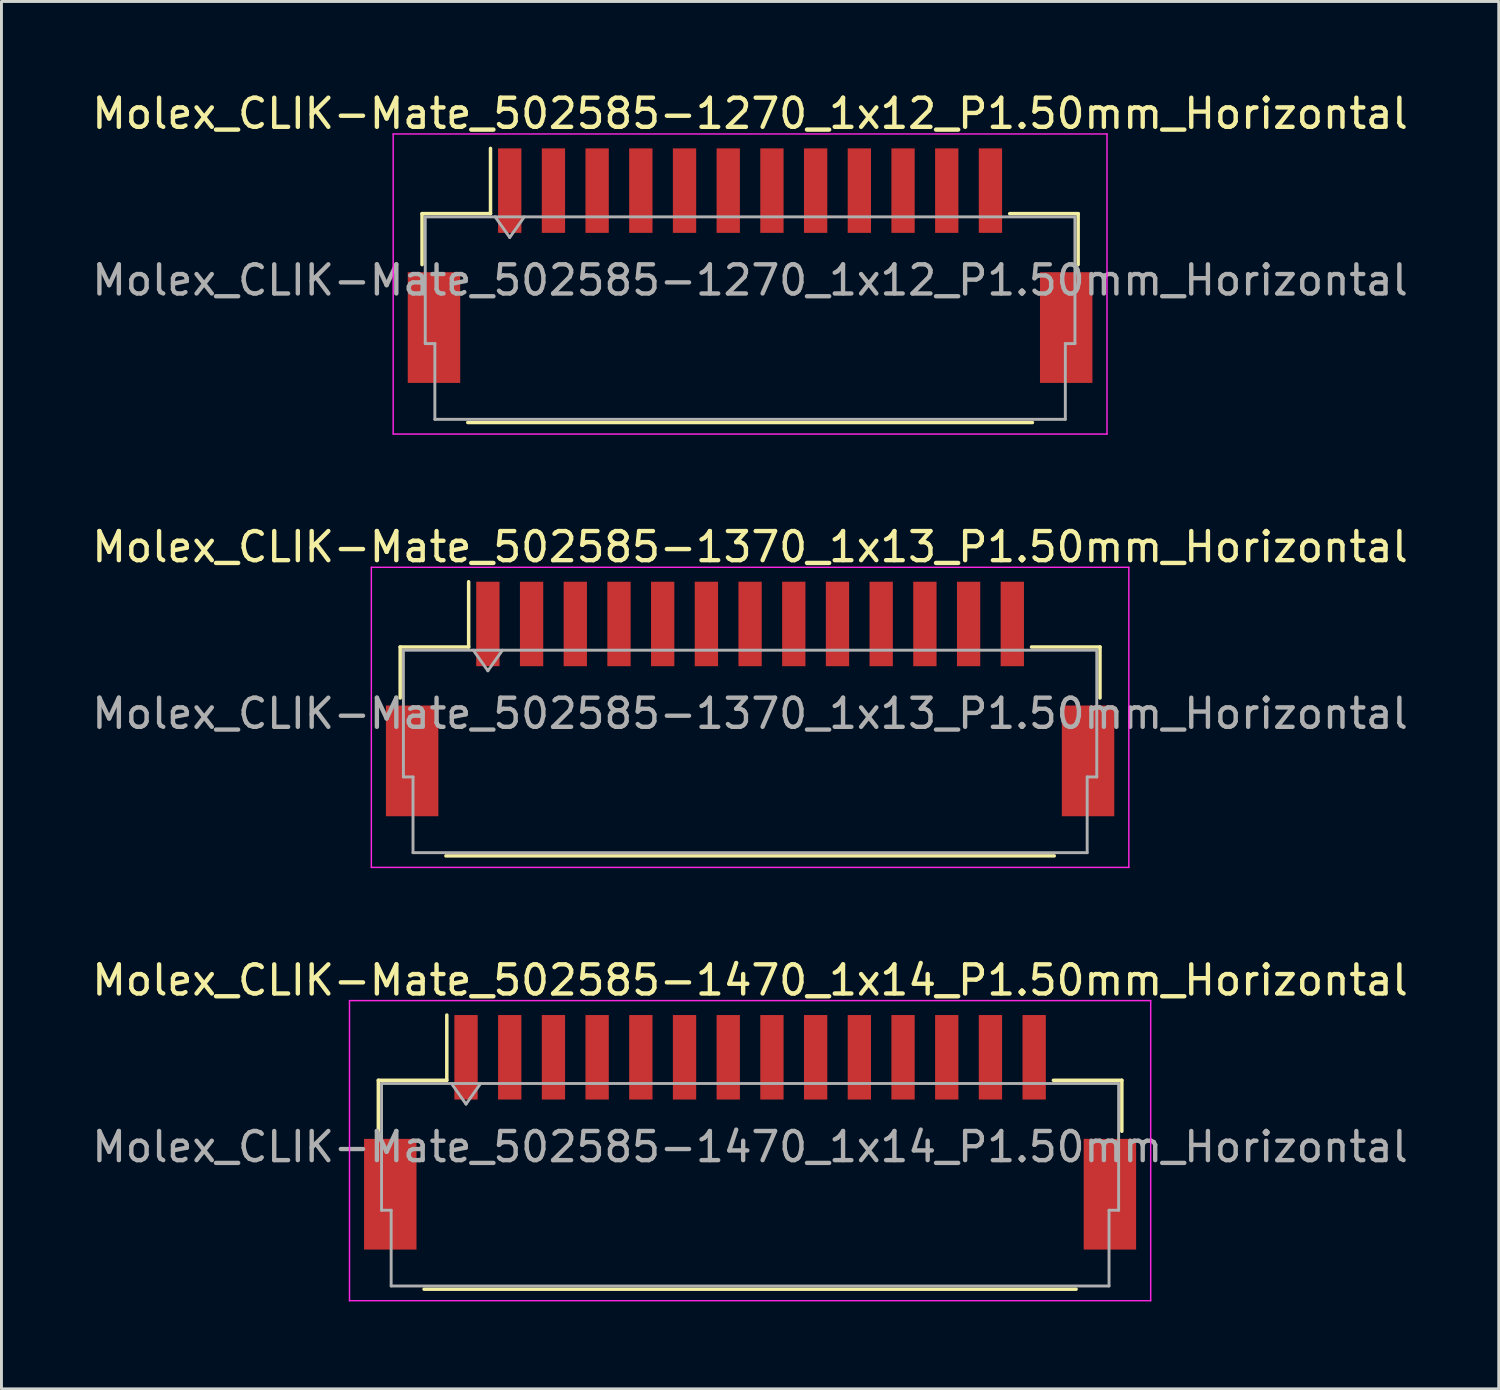
<source format=kicad_pcb>
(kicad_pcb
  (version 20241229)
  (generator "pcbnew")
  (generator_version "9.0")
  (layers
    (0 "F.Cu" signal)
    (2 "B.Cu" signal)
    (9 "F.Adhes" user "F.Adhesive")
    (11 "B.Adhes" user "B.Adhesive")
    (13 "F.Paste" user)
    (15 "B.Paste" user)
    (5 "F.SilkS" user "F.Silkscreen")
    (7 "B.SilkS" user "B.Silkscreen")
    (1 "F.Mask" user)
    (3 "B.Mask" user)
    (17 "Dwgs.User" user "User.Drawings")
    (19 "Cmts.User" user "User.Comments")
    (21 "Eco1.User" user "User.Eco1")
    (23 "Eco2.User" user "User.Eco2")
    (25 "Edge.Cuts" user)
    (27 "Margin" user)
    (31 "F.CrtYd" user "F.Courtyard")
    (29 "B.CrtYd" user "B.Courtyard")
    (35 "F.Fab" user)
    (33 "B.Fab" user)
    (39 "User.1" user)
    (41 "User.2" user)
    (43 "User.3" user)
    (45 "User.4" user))
  (footprint "Molex_CLIK-Mate_502585-1470_1x14_P1.50mm_Horizontal"
    (layer "F.Cu")
    (at 22.696 35.815)
    (property "Reference" "Molex_CLIK-Mate_502585-1470_1x14_P1.50mm_Horizontal" (at 0 -5.22 0) (layer "F.SilkS") (effects (font (size 1 1) (thickness 0.15))))
    (attr smd)
    (fp_line (start -12.76 -1.785) (end -10.41 -1.785) (stroke (width 0.12) (type solid)) (layer "F.SilkS"))
    (fp_line (start -12.76 -0.035) (end -12.76 -1.785) (stroke (width 0.12) (type solid)) (layer "F.SilkS"))
    (fp_line (start -11.19 5.385) (end 11.19 5.385) (stroke (width 0.12) (type solid)) (layer "F.SilkS"))
    (fp_line (start -10.41 -1.785) (end -10.41 -4.025) (stroke (width 0.12) (type solid)) (layer "F.SilkS"))
    (fp_line (start 12.76 -1.785) (end 10.41 -1.785) (stroke (width 0.12) (type solid)) (layer "F.SilkS"))
    (fp_line (start 12.76 -0.035) (end 12.76 -1.785) (stroke (width 0.12) (type solid)) (layer "F.SilkS"))
    (fp_line (start -13.75 -4.52) (end -13.75 5.78) (stroke (width 0.05) (type solid)) (layer "F.CrtYd"))
    (fp_line (start -13.75 5.78) (end 13.75 5.78) (stroke (width 0.05) (type solid)) (layer "F.CrtYd"))
    (fp_line (start 13.75 -4.52) (end -13.75 -4.52) (stroke (width 0.05) (type solid)) (layer "F.CrtYd"))
    (fp_line (start 13.75 5.78) (end 13.75 -4.52) (stroke (width 0.05) (type solid)) (layer "F.CrtYd"))
    (fp_line (start -12.65 -1.675) (end -12.65 2.675) (stroke (width 0.1) (type solid)) (layer "F.Fab"))
    (fp_line (start -12.65 -1.675) (end 12.65 -1.675) (stroke (width 0.1) (type solid)) (layer "F.Fab"))
    (fp_line (start -12.65 2.675) (end -12.32 2.675) (stroke (width 0.1) (type solid)) (layer "F.Fab"))
    (fp_line (start -12.32 2.675) (end -12.32 5.275) (stroke (width 0.1) (type solid)) (layer "F.Fab"))
    (fp_line (start -12.32 5.275) (end 12.32 5.275) (stroke (width 0.1) (type solid)) (layer "F.Fab"))
    (fp_line (start -10.25 -1.675) (end -9.75 -0.968) (stroke (width 0.1) (type solid)) (layer "F.Fab"))
    (fp_line (start -9.75 -0.968) (end -9.25 -1.675) (stroke (width 0.1) (type solid)) (layer "F.Fab"))
    (fp_line (start 12.32 2.675) (end 12.65 2.675) (stroke (width 0.1) (type solid)) (layer "F.Fab"))
    (fp_line (start 12.32 5.275) (end 12.32 2.675) (stroke (width 0.1) (type solid)) (layer "F.Fab"))
    (fp_line (start 12.65 -1.675) (end 12.65 2.675) (stroke (width 0.1) (type solid)) (layer "F.Fab"))
    (fp_text user "${REFERENCE}" (at 0 0.5 0) (layer "F.Fab") (effects (font (size 1 1) (thickness 0.15))))
    (pad "" smd rect (at -12.35 2.125) (size 1.8 3.8) (layers "F.Cu" "F.Mask" "F.Paste"))
    (pad "" smd rect (at 12.35 2.125) (size 1.8 3.8) (layers "F.Cu" "F.Mask" "F.Paste"))
    (pad "1" smd rect (at -9.75 -2.575) (size 0.8 2.9) (layers "F.Cu" "F.Mask" "F.Paste"))
    (pad "2" smd rect (at -8.25 -2.575) (size 0.8 2.9) (layers "F.Cu" "F.Mask" "F.Paste"))
    (pad "3" smd rect (at -6.75 -2.575) (size 0.8 2.9) (layers "F.Cu" "F.Mask" "F.Paste"))
    (pad "4" smd rect (at -5.25 -2.575) (size 0.8 2.9) (layers "F.Cu" "F.Mask" "F.Paste"))
    (pad "5" smd rect (at -3.75 -2.575) (size 0.8 2.9) (layers "F.Cu" "F.Mask" "F.Paste"))
    (pad "6" smd rect (at -2.25 -2.575) (size 0.8 2.9) (layers "F.Cu" "F.Mask" "F.Paste"))
    (pad "7" smd rect (at -0.75 -2.575) (size 0.8 2.9) (layers "F.Cu" "F.Mask" "F.Paste"))
    (pad "8" smd rect (at 0.75 -2.575) (size 0.8 2.9) (layers "F.Cu" "F.Mask" "F.Paste"))
    (pad "9" smd rect (at 2.25 -2.575) (size 0.8 2.9) (layers "F.Cu" "F.Mask" "F.Paste"))
    (pad "10" smd rect (at 3.75 -2.575) (size 0.8 2.9) (layers "F.Cu" "F.Mask" "F.Paste"))
    (pad "11" smd rect (at 5.25 -2.575) (size 0.8 2.9) (layers "F.Cu" "F.Mask" "F.Paste"))
    (pad "12" smd rect (at 6.75 -2.575) (size 0.8 2.9) (layers "F.Cu" "F.Mask" "F.Paste"))
    (pad "13" smd rect (at 8.25 -2.575) (size 0.8 2.9) (layers "F.Cu" "F.Mask" "F.Paste"))
    (pad "14" smd rect (at 9.75 -2.575) (size 0.8 2.9) (layers "F.Cu" "F.Mask" "F.Paste")))
  (footprint "Molex_CLIK-Mate_502585-1370_1x13_P1.50mm_Horizontal"
    (layer "F.Cu")
    (at 22.696 20.942)
    (property "Reference" "Molex_CLIK-Mate_502585-1370_1x13_P1.50mm_Horizontal" (at 0 -5.22 0) (layer "F.SilkS") (effects (font (size 1 1) (thickness 0.15))))
    (attr smd)
    (fp_line (start -12.01 -1.785) (end -9.66 -1.785) (stroke (width 0.12) (type solid)) (layer "F.SilkS"))
    (fp_line (start -12.01 -0.035) (end -12.01 -1.785) (stroke (width 0.12) (type solid)) (layer "F.SilkS"))
    (fp_line (start -10.44 5.385) (end 10.44 5.385) (stroke (width 0.12) (type solid)) (layer "F.SilkS"))
    (fp_line (start -9.66 -1.785) (end -9.66 -4.025) (stroke (width 0.12) (type solid)) (layer "F.SilkS"))
    (fp_line (start 12.01 -1.785) (end 9.66 -1.785) (stroke (width 0.12) (type solid)) (layer "F.SilkS"))
    (fp_line (start 12.01 -0.035) (end 12.01 -1.785) (stroke (width 0.12) (type solid)) (layer "F.SilkS"))
    (fp_line (start -13 -4.52) (end -13 5.78) (stroke (width 0.05) (type solid)) (layer "F.CrtYd"))
    (fp_line (start -13 5.78) (end 13 5.78) (stroke (width 0.05) (type solid)) (layer "F.CrtYd"))
    (fp_line (start 13 -4.52) (end -13 -4.52) (stroke (width 0.05) (type solid)) (layer "F.CrtYd"))
    (fp_line (start 13 5.78) (end 13 -4.52) (stroke (width 0.05) (type solid)) (layer "F.CrtYd"))
    (fp_line (start -11.9 -1.675) (end -11.9 2.675) (stroke (width 0.1) (type solid)) (layer "F.Fab"))
    (fp_line (start -11.9 -1.675) (end 11.9 -1.675) (stroke (width 0.1) (type solid)) (layer "F.Fab"))
    (fp_line (start -11.9 2.675) (end -11.57 2.675) (stroke (width 0.1) (type solid)) (layer "F.Fab"))
    (fp_line (start -11.57 2.675) (end -11.57 5.275) (stroke (width 0.1) (type solid)) (layer "F.Fab"))
    (fp_line (start -11.57 5.275) (end 11.57 5.275) (stroke (width 0.1) (type solid)) (layer "F.Fab"))
    (fp_line (start -9.5 -1.675) (end -9 -0.968) (stroke (width 0.1) (type solid)) (layer "F.Fab"))
    (fp_line (start -9 -0.968) (end -8.5 -1.675) (stroke (width 0.1) (type solid)) (layer "F.Fab"))
    (fp_line (start 11.57 2.675) (end 11.9 2.675) (stroke (width 0.1) (type solid)) (layer "F.Fab"))
    (fp_line (start 11.57 5.275) (end 11.57 2.675) (stroke (width 0.1) (type solid)) (layer "F.Fab"))
    (fp_line (start 11.9 -1.675) (end 11.9 2.675) (stroke (width 0.1) (type solid)) (layer "F.Fab"))
    (fp_text user "${REFERENCE}" (at 0 0.5 0) (layer "F.Fab") (effects (font (size 1 1) (thickness 0.15))))
    (pad "" smd rect (at -11.6 2.125) (size 1.8 3.8) (layers "F.Cu" "F.Mask" "F.Paste"))
    (pad "" smd rect (at 11.6 2.125) (size 1.8 3.8) (layers "F.Cu" "F.Mask" "F.Paste"))
    (pad "1" smd rect (at -9 -2.575) (size 0.8 2.9) (layers "F.Cu" "F.Mask" "F.Paste"))
    (pad "2" smd rect (at -7.5 -2.575) (size 0.8 2.9) (layers "F.Cu" "F.Mask" "F.Paste"))
    (pad "3" smd rect (at -6 -2.575) (size 0.8 2.9) (layers "F.Cu" "F.Mask" "F.Paste"))
    (pad "4" smd rect (at -4.5 -2.575) (size 0.8 2.9) (layers "F.Cu" "F.Mask" "F.Paste"))
    (pad "5" smd rect (at -3 -2.575) (size 0.8 2.9) (layers "F.Cu" "F.Mask" "F.Paste"))
    (pad "6" smd rect (at -1.5 -2.575) (size 0.8 2.9) (layers "F.Cu" "F.Mask" "F.Paste"))
    (pad "7" smd rect (at 0 -2.575) (size 0.8 2.9) (layers "F.Cu" "F.Mask" "F.Paste"))
    (pad "8" smd rect (at 1.5 -2.575) (size 0.8 2.9) (layers "F.Cu" "F.Mask" "F.Paste"))
    (pad "9" smd rect (at 3 -2.575) (size 0.8 2.9) (layers "F.Cu" "F.Mask" "F.Paste"))
    (pad "10" smd rect (at 4.5 -2.575) (size 0.8 2.9) (layers "F.Cu" "F.Mask" "F.Paste"))
    (pad "11" smd rect (at 6 -2.575) (size 0.8 2.9) (layers "F.Cu" "F.Mask" "F.Paste"))
    (pad "12" smd rect (at 7.5 -2.575) (size 0.8 2.9) (layers "F.Cu" "F.Mask" "F.Paste"))
    (pad "13" smd rect (at 9 -2.575) (size 0.8 2.9) (layers "F.Cu" "F.Mask" "F.Paste")))
  (footprint "Molex_CLIK-Mate_502585-1270_1x12_P1.50mm_Horizontal"
    (layer "F.Cu")
    (at 22.696 6.068)
    (property "Reference" "Molex_CLIK-Mate_502585-1270_1x12_P1.50mm_Horizontal" (at 0 -5.22 0) (layer "F.SilkS") (effects (font (size 1 1) (thickness 0.15))))
    (attr smd)
    (fp_line (start -11.26 -1.785) (end -8.91 -1.785) (stroke (width 0.12) (type solid)) (layer "F.SilkS"))
    (fp_line (start -11.26 -0.035) (end -11.26 -1.785) (stroke (width 0.12) (type solid)) (layer "F.SilkS"))
    (fp_line (start -9.69 5.385) (end 9.69 5.385) (stroke (width 0.12) (type solid)) (layer "F.SilkS"))
    (fp_line (start -8.91 -1.785) (end -8.91 -4.025) (stroke (width 0.12) (type solid)) (layer "F.SilkS"))
    (fp_line (start 11.26 -1.785) (end 8.91 -1.785) (stroke (width 0.12) (type solid)) (layer "F.SilkS"))
    (fp_line (start 11.26 -0.035) (end 11.26 -1.785) (stroke (width 0.12) (type solid)) (layer "F.SilkS"))
    (fp_line (start -12.25 -4.52) (end -12.25 5.78) (stroke (width 0.05) (type solid)) (layer "F.CrtYd"))
    (fp_line (start -12.25 5.78) (end 12.25 5.78) (stroke (width 0.05) (type solid)) (layer "F.CrtYd"))
    (fp_line (start 12.25 -4.52) (end -12.25 -4.52) (stroke (width 0.05) (type solid)) (layer "F.CrtYd"))
    (fp_line (start 12.25 5.78) (end 12.25 -4.52) (stroke (width 0.05) (type solid)) (layer "F.CrtYd"))
    (fp_line (start -11.15 -1.675) (end -11.15 2.675) (stroke (width 0.1) (type solid)) (layer "F.Fab"))
    (fp_line (start -11.15 -1.675) (end 11.15 -1.675) (stroke (width 0.1) (type solid)) (layer "F.Fab"))
    (fp_line (start -11.15 2.675) (end -10.82 2.675) (stroke (width 0.1) (type solid)) (layer "F.Fab"))
    (fp_line (start -10.82 2.675) (end -10.82 5.275) (stroke (width 0.1) (type solid)) (layer "F.Fab"))
    (fp_line (start -10.82 5.275) (end 10.82 5.275) (stroke (width 0.1) (type solid)) (layer "F.Fab"))
    (fp_line (start -8.75 -1.675) (end -8.25 -0.968) (stroke (width 0.1) (type solid)) (layer "F.Fab"))
    (fp_line (start -8.25 -0.968) (end -7.75 -1.675) (stroke (width 0.1) (type solid)) (layer "F.Fab"))
    (fp_line (start 10.82 2.675) (end 11.15 2.675) (stroke (width 0.1) (type solid)) (layer "F.Fab"))
    (fp_line (start 10.82 5.275) (end 10.82 2.675) (stroke (width 0.1) (type solid)) (layer "F.Fab"))
    (fp_line (start 11.15 -1.675) (end 11.15 2.675) (stroke (width 0.1) (type solid)) (layer "F.Fab"))
    (fp_text user "${REFERENCE}" (at 0 0.5 0) (layer "F.Fab") (effects (font (size 1 1) (thickness 0.15))))
    (pad "" smd rect (at -10.85 2.125) (size 1.8 3.8) (layers "F.Cu" "F.Mask" "F.Paste"))
    (pad "" smd rect (at 10.85 2.125) (size 1.8 3.8) (layers "F.Cu" "F.Mask" "F.Paste"))
    (pad "1" smd rect (at -8.25 -2.575) (size 0.8 2.9) (layers "F.Cu" "F.Mask" "F.Paste"))
    (pad "2" smd rect (at -6.75 -2.575) (size 0.8 2.9) (layers "F.Cu" "F.Mask" "F.Paste"))
    (pad "3" smd rect (at -5.25 -2.575) (size 0.8 2.9) (layers "F.Cu" "F.Mask" "F.Paste"))
    (pad "4" smd rect (at -3.75 -2.575) (size 0.8 2.9) (layers "F.Cu" "F.Mask" "F.Paste"))
    (pad "5" smd rect (at -2.25 -2.575) (size 0.8 2.9) (layers "F.Cu" "F.Mask" "F.Paste"))
    (pad "6" smd rect (at -0.75 -2.575) (size 0.8 2.9) (layers "F.Cu" "F.Mask" "F.Paste"))
    (pad "7" smd rect (at 0.75 -2.575) (size 0.8 2.9) (layers "F.Cu" "F.Mask" "F.Paste"))
    (pad "8" smd rect (at 2.25 -2.575) (size 0.8 2.9) (layers "F.Cu" "F.Mask" "F.Paste"))
    (pad "9" smd rect (at 3.75 -2.575) (size 0.8 2.9) (layers "F.Cu" "F.Mask" "F.Paste"))
    (pad "10" smd rect (at 5.25 -2.575) (size 0.8 2.9) (layers "F.Cu" "F.Mask" "F.Paste"))
    (pad "11" smd rect (at 6.75 -2.575) (size 0.8 2.9) (layers "F.Cu" "F.Mask" "F.Paste"))
    (pad "12" smd rect (at 8.25 -2.575) (size 0.8 2.9) (layers "F.Cu" "F.Mask" "F.Paste")))
  (gr_rect
    (start -3 -3)
    (end 48.393 44.62)
    (stroke (width 0.1) (type default))
    (fill no)
    (layer "Edge.Cuts")))
</source>
